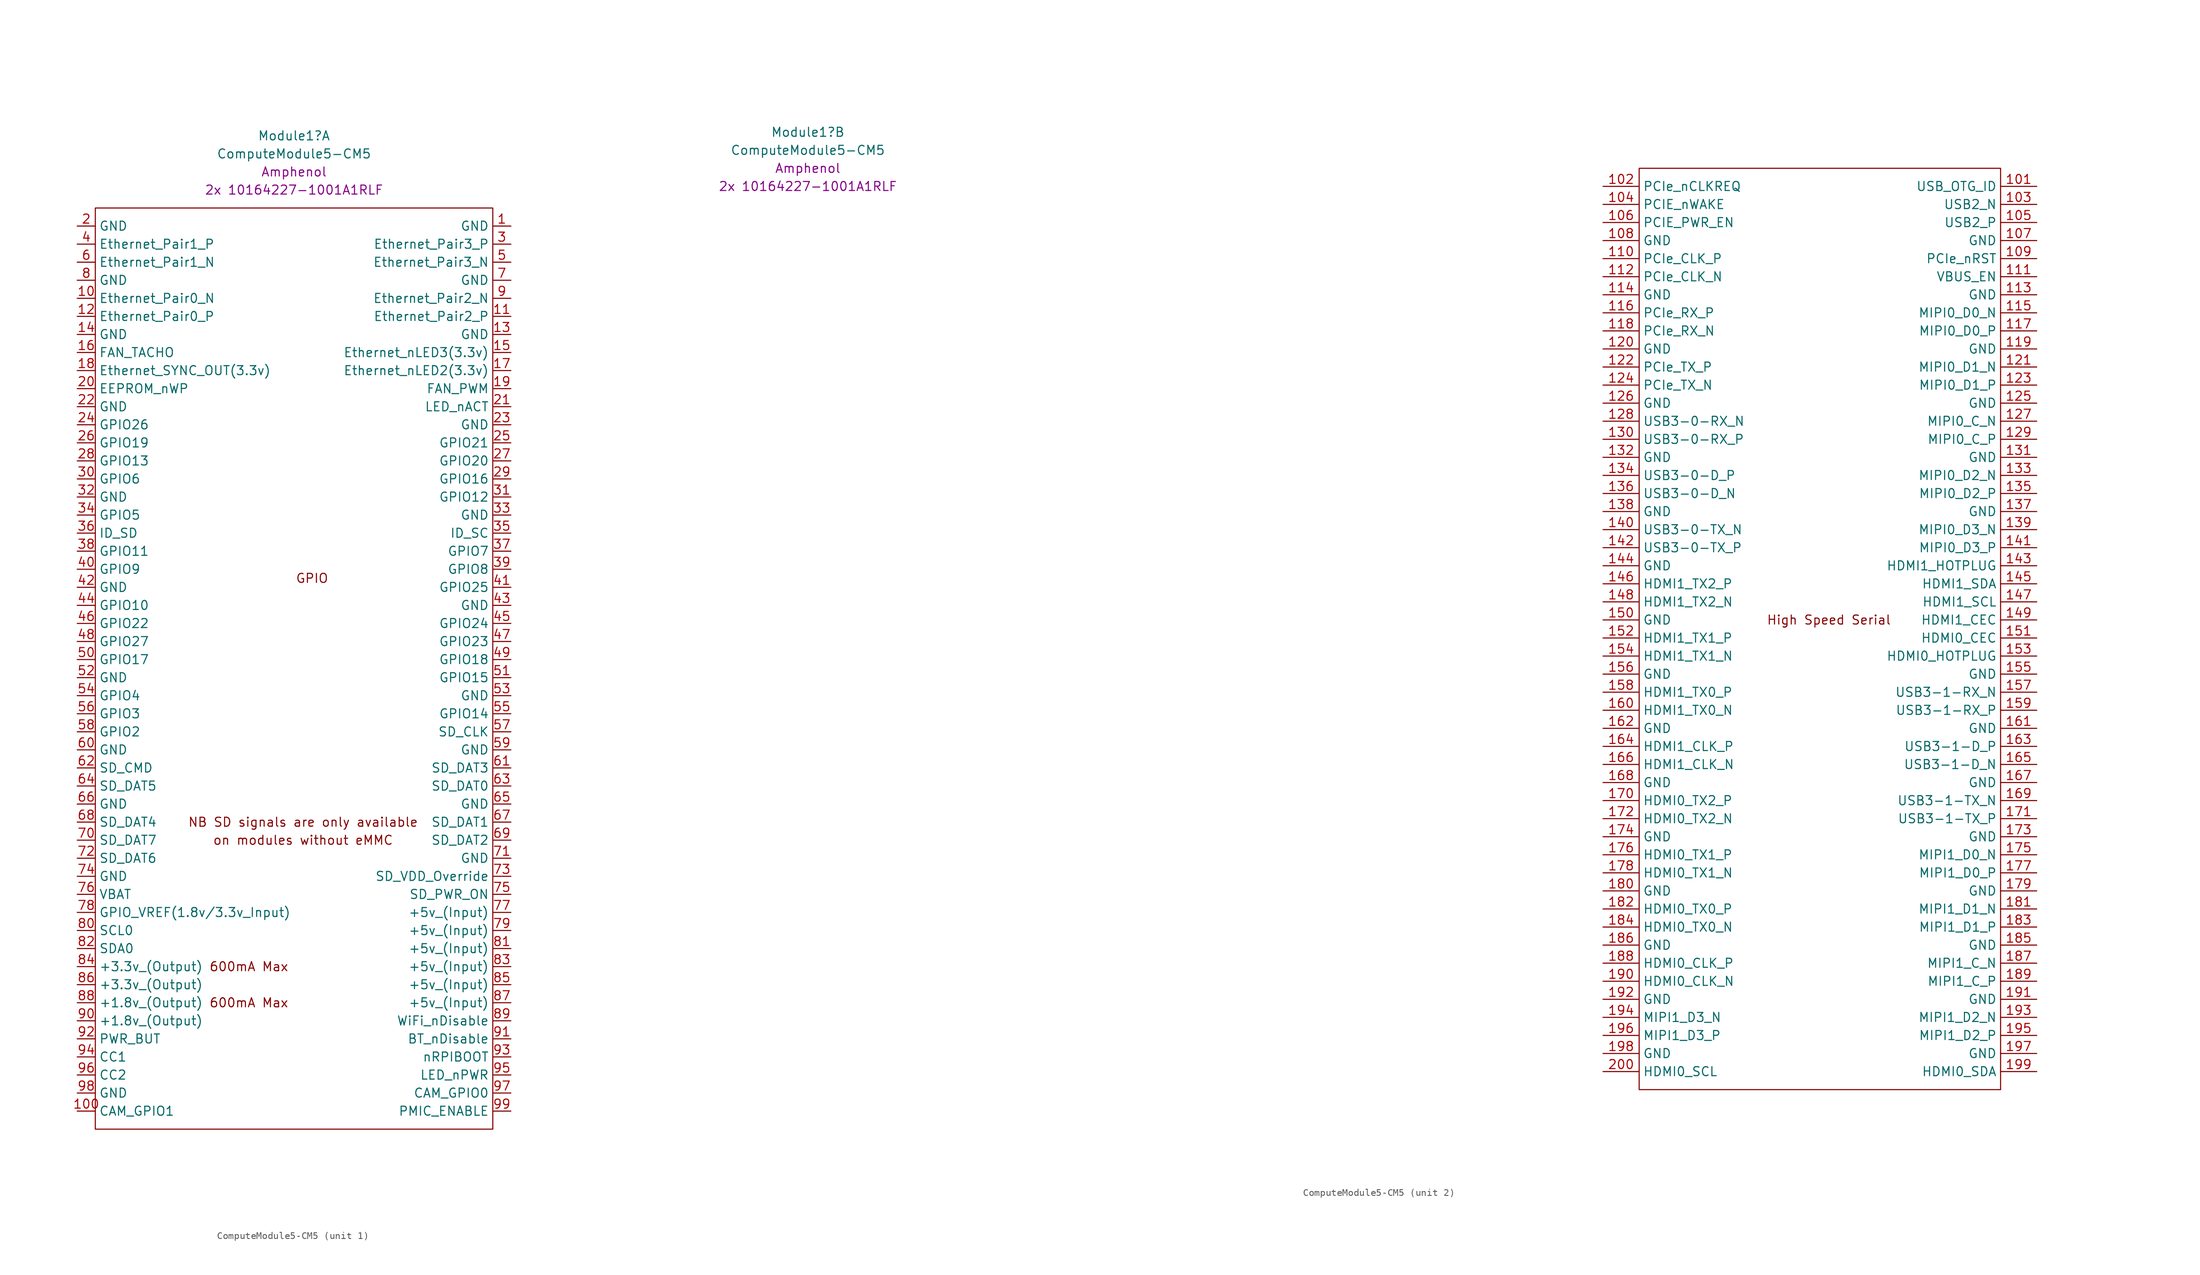
<source format=kicad_sym>
(kicad_symbol_lib
  (version 20241209)
  (generator "kicad_symbol_editor")
  (generator_version "9.0")
  (symbol "ComputeModule5-CM5"
    (property "Reference" "Module1"
      (at -2.54 68.58 0)
      (effects (font (size 1.27 1.27))))
    (property "Value" "ComputeModule5-CM5"
      (at -2.54 66.04 0)
      (effects (font (size 1.27 1.27))))
    (property "Field4" "Amphenol"
      (at -2.54 63.5 0)
      (effects (font (size 1.27 1.27))))
    (property "Field5" "2x 10164227-1001A1RLF"
      (at -2.54 60.96 0)
      (effects (font (size 1.27 1.27))))
    (property "ki_locked" ""
      (at 0 0 0)
      (effects (font (size 1.27 1.27))))
    (symbol "ComputeModule5-CM5_1_0"
      (text "GPIO" (at 0 6.35 0) (effects (font (size 1.27 1.27)))))
    (symbol "ComputeModule5-CM5_1_1"
      (rectangle (start -30.48 -71.12) (end 25.4 58.42) (stroke (width 0) (type default)) (fill (type none)))
      (text "600mA Max" (at -8.89 -48.26 0) (effects (font (size 1.27 1.27))))
      (text "600mA Max" (at -8.89 -53.34 0) (effects (font (size 1.27 1.27))))
      (text "NB SD signals are only available" (at -1.27 -27.94 0) (effects (font (size 1.27 1.27))))
      (text "on modules without eMMC" (at -1.27 -30.48 0) (effects (font (size 1.27 1.27))))
      (pin power_in line (at -33.02 55.88 0) (length 2.54) (name "GND" (effects (font (size 1.27 1.27)))) (number "2" (effects (font (size 1.27 1.27)))))
      (pin passive line (at -33.02 53.34 0) (length 2.54) (name "Ethernet_Pair1_P" (effects (font (size 1.27 1.27)))) (number "4" (effects (font (size 1.27 1.27)))))
      (pin passive line (at -33.02 50.8 0) (length 2.54) (name "Ethernet_Pair1_N" (effects (font (size 1.27 1.27)))) (number "6" (effects (font (size 1.27 1.27)))))
      (pin power_in line (at -33.02 48.26 0) (length 2.54) (name "GND" (effects (font (size 1.27 1.27)))) (number "8" (effects (font (size 1.27 1.27)))))
      (pin passive line (at -33.02 45.72 0) (length 2.54) (name "Ethernet_Pair0_N" (effects (font (size 1.27 1.27)))) (number "10" (effects (font (size 1.27 1.27)))))
      (pin passive line (at -33.02 43.18 0) (length 2.54) (name "Ethernet_Pair0_P" (effects (font (size 1.27 1.27)))) (number "12" (effects (font (size 1.27 1.27)))))
      (pin power_in line (at -33.02 40.64 0) (length 2.54) (name "GND" (effects (font (size 1.27 1.27)))) (number "14" (effects (font (size 1.27 1.27)))))
      (pin input line (at -33.02 38.1 0) (length 2.54) (name "FAN_TACHO" (effects (font (size 1.27 1.27)))) (number "16" (effects (font (size 1.27 1.27)))))
      (pin input line (at -33.02 35.56 0) (length 2.54) (name "Ethernet_SYNC_OUT(3.3v)" (effects (font (size 1.27 1.27)))) (number "18" (effects (font (size 1.27 1.27)))))
      (pin passive line (at -33.02 33.02 0) (length 2.54) (name "EEPROM_nWP" (effects (font (size 1.27 1.27)))) (number "20" (effects (font (size 1.27 1.27)))))
      (pin power_in line (at -33.02 30.48 0) (length 2.54) (name "GND" (effects (font (size 1.27 1.27)))) (number "22" (effects (font (size 1.27 1.27)))))
      (pin passive line (at -33.02 27.94 0) (length 2.54) (name "GPIO26" (effects (font (size 1.27 1.27)))) (number "24" (effects (font (size 1.27 1.27)))))
      (pin passive line (at -33.02 25.4 0) (length 2.54) (name "GPIO19" (effects (font (size 1.27 1.27)))) (number "26" (effects (font (size 1.27 1.27)))))
      (pin passive line (at -33.02 22.86 0) (length 2.54) (name "GPIO13" (effects (font (size 1.27 1.27)))) (number "28" (effects (font (size 1.27 1.27)))))
      (pin passive line (at -33.02 20.32 0) (length 2.54) (name "GPIO6" (effects (font (size 1.27 1.27)))) (number "30" (effects (font (size 1.27 1.27)))))
      (pin power_in line (at -33.02 17.78 0) (length 2.54) (name "GND" (effects (font (size 1.27 1.27)))) (number "32" (effects (font (size 1.27 1.27)))))
      (pin passive line (at -33.02 15.24 0) (length 2.54) (name "GPIO5" (effects (font (size 1.27 1.27)))) (number "34" (effects (font (size 1.27 1.27)))))
      (pin passive line (at -33.02 12.7 0) (length 2.54) (name "ID_SD" (effects (font (size 1.27 1.27)))) (number "36" (effects (font (size 1.27 1.27)))))
      (pin passive line (at -33.02 10.16 0) (length 2.54) (name "GPIO11" (effects (font (size 1.27 1.27)))) (number "38" (effects (font (size 1.27 1.27)))))
      (pin passive line (at -33.02 7.62 0) (length 2.54) (name "GPIO9" (effects (font (size 1.27 1.27)))) (number "40" (effects (font (size 1.27 1.27)))))
      (pin power_in line (at -33.02 5.08 0) (length 2.54) (name "GND" (effects (font (size 1.27 1.27)))) (number "42" (effects (font (size 1.27 1.27)))))
      (pin passive line (at -33.02 2.54 0) (length 2.54) (name "GPIO10" (effects (font (size 1.27 1.27)))) (number "44" (effects (font (size 1.27 1.27)))))
      (pin passive line (at -33.02 0 0) (length 2.54) (name "GPIO22" (effects (font (size 1.27 1.27)))) (number "46" (effects (font (size 1.27 1.27)))))
      (pin passive line (at -33.02 -2.54 0) (length 2.54) (name "GPIO27" (effects (font (size 1.27 1.27)))) (number "48" (effects (font (size 1.27 1.27)))))
      (pin passive line (at -33.02 -5.08 0) (length 2.54) (name "GPIO17" (effects (font (size 1.27 1.27)))) (number "50" (effects (font (size 1.27 1.27)))))
      (pin power_in line (at -33.02 -7.62 0) (length 2.54) (name "GND" (effects (font (size 1.27 1.27)))) (number "52" (effects (font (size 1.27 1.27)))))
      (pin passive line (at -33.02 -10.16 0) (length 2.54) (name "GPIO4" (effects (font (size 1.27 1.27)))) (number "54" (effects (font (size 1.27 1.27)))))
      (pin passive line (at -33.02 -12.7 0) (length 2.54) (name "GPIO3" (effects (font (size 1.27 1.27)))) (number "56" (effects (font (size 1.27 1.27)))))
      (pin passive line (at -33.02 -15.24 0) (length 2.54) (name "GPIO2" (effects (font (size 1.27 1.27)))) (number "58" (effects (font (size 1.27 1.27)))))
      (pin power_in line (at -33.02 -17.78 0) (length 2.54) (name "GND" (effects (font (size 1.27 1.27)))) (number "60" (effects (font (size 1.27 1.27)))))
      (pin passive line (at -33.02 -20.32 0) (length 2.54) (name "SD_CMD" (effects (font (size 1.27 1.27)))) (number "62" (effects (font (size 1.27 1.27)))))
      (pin passive line (at -33.02 -22.86 0) (length 2.54) (name "SD_DAT5" (effects (font (size 1.27 1.27)))) (number "64" (effects (font (size 1.27 1.27)))))
      (pin power_in line (at -33.02 -25.4 0) (length 2.54) (name "GND" (effects (font (size 1.27 1.27)))) (number "66" (effects (font (size 1.27 1.27)))))
      (pin passive line (at -33.02 -27.94 0) (length 2.54) (name "SD_DAT4" (effects (font (size 1.27 1.27)))) (number "68" (effects (font (size 1.27 1.27)))))
      (pin passive line (at -33.02 -30.48 0) (length 2.54) (name "SD_DAT7" (effects (font (size 1.27 1.27)))) (number "70" (effects (font (size 1.27 1.27)))))
      (pin passive line (at -33.02 -33.02 0) (length 2.54) (name "SD_DAT6" (effects (font (size 1.27 1.27)))) (number "72" (effects (font (size 1.27 1.27)))))
      (pin power_in line (at -33.02 -35.56 0) (length 2.54) (name "GND" (effects (font (size 1.27 1.27)))) (number "74" (effects (font (size 1.27 1.27)))))
      (pin passive line (at -33.02 -38.1 0) (length 2.54) (name "VBAT" (effects (font (size 1.27 1.27)))) (number "76" (effects (font (size 1.27 1.27)))))
      (pin power_in line (at -33.02 -40.64 0) (length 2.54) (name "GPIO_VREF(1.8v/3.3v_Input)" (effects (font (size 1.27 1.27)))) (number "78" (effects (font (size 1.27 1.27)))))
      (pin passive line (at -33.02 -43.18 0) (length 2.54) (name "SCL0" (effects (font (size 1.27 1.27)))) (number "80" (effects (font (size 1.27 1.27)))))
      (pin passive line (at -33.02 -45.72 0) (length 2.54) (name "SDA0" (effects (font (size 1.27 1.27)))) (number "82" (effects (font (size 1.27 1.27)))))
      (pin power_out line (at -33.02 -48.26 0) (length 2.54) (name "+3.3v_(Output)" (effects (font (size 1.27 1.27)))) (number "84" (effects (font (size 1.27 1.27)))))
      (pin passive line (at -33.02 -50.8 0) (length 2.54) (name "+3.3v_(Output)" (effects (font (size 1.27 1.27)))) (number "86" (effects (font (size 1.27 1.27)))))
      (pin power_out line (at -33.02 -53.34 0) (length 2.54) (name "+1.8v_(Output)" (effects (font (size 1.27 1.27)))) (number "88" (effects (font (size 1.27 1.27)))))
      (pin passive line (at -33.02 -55.88 0) (length 2.54) (name "+1.8v_(Output)" (effects (font (size 1.27 1.27)))) (number "90" (effects (font (size 1.27 1.27)))))
      (pin passive line (at -33.02 -58.42 0) (length 2.54) (name "PWR_BUT" (effects (font (size 1.27 1.27)))) (number "92" (effects (font (size 1.27 1.27)))))
      (pin passive line (at -33.02 -60.96 0) (length 2.54) (name "CC1" (effects (font (size 1.27 1.27)))) (number "94" (effects (font (size 1.27 1.27)))))
      (pin passive line (at -33.02 -63.5 0) (length 2.54) (name "CC2" (effects (font (size 1.27 1.27)))) (number "96" (effects (font (size 1.27 1.27)))))
      (pin power_in line (at -33.02 -66.04 0) (length 2.54) (name "GND" (effects (font (size 1.27 1.27)))) (number "98" (effects (font (size 1.27 1.27)))))
      (pin passive line (at -33.02 -68.58 0) (length 2.54) (name "CAM_GPIO1" (effects (font (size 1.27 1.27)))) (number "100" (effects (font (size 1.27 1.27)))))
      (pin power_in line (at 27.94 55.88 180) (length 2.54) (name "GND" (effects (font (size 1.27 1.27)))) (number "1" (effects (font (size 1.27 1.27)))))
      (pin passive line (at 27.94 53.34 180) (length 2.54) (name "Ethernet_Pair3_P" (effects (font (size 1.27 1.27)))) (number "3" (effects (font (size 1.27 1.27)))))
      (pin passive line (at 27.94 50.8 180) (length 2.54) (name "Ethernet_Pair3_N" (effects (font (size 1.27 1.27)))) (number "5" (effects (font (size 1.27 1.27)))))
      (pin power_in line (at 27.94 48.26 180) (length 2.54) (name "GND" (effects (font (size 1.27 1.27)))) (number "7" (effects (font (size 1.27 1.27)))))
      (pin passive line (at 27.94 45.72 180) (length 2.54) (name "Ethernet_Pair2_N" (effects (font (size 1.27 1.27)))) (number "9" (effects (font (size 1.27 1.27)))))
      (pin passive line (at 27.94 43.18 180) (length 2.54) (name "Ethernet_Pair2_P" (effects (font (size 1.27 1.27)))) (number "11" (effects (font (size 1.27 1.27)))))
      (pin power_in line (at 27.94 40.64 180) (length 2.54) (name "GND" (effects (font (size 1.27 1.27)))) (number "13" (effects (font (size 1.27 1.27)))))
      (pin output line (at 27.94 38.1 180) (length 2.54) (name "Ethernet_nLED3(3.3v)" (effects (font (size 1.27 1.27)))) (number "15" (effects (font (size 1.27 1.27)))))
      (pin output line (at 27.94 35.56 180) (length 2.54) (name "Ethernet_nLED2(3.3v)" (effects (font (size 1.27 1.27)))) (number "17" (effects (font (size 1.27 1.27)))))
      (pin output line (at 27.94 33.02 180) (length 2.54) (name "FAN_PWM" (effects (font (size 1.27 1.27)))) (number "19" (effects (font (size 1.27 1.27)))))
      (pin open_collector line (at 27.94 30.48 180) (length 2.54) (name "LED_nACT" (effects (font (size 1.27 1.27)))) (number "21" (effects (font (size 1.27 1.27)))))
      (pin power_in line (at 27.94 27.94 180) (length 2.54) (name "GND" (effects (font (size 1.27 1.27)))) (number "23" (effects (font (size 1.27 1.27)))))
      (pin passive line (at 27.94 25.4 180) (length 2.54) (name "GPIO21" (effects (font (size 1.27 1.27)))) (number "25" (effects (font (size 1.27 1.27)))))
      (pin passive line (at 27.94 22.86 180) (length 2.54) (name "GPIO20" (effects (font (size 1.27 1.27)))) (number "27" (effects (font (size 1.27 1.27)))))
      (pin passive line (at 27.94 20.32 180) (length 2.54) (name "GPIO16" (effects (font (size 1.27 1.27)))) (number "29" (effects (font (size 1.27 1.27)))))
      (pin passive line (at 27.94 17.78 180) (length 2.54) (name "GPIO12" (effects (font (size 1.27 1.27)))) (number "31" (effects (font (size 1.27 1.27)))))
      (pin power_in line (at 27.94 15.24 180) (length 2.54) (name "GND" (effects (font (size 1.27 1.27)))) (number "33" (effects (font (size 1.27 1.27)))))
      (pin passive line (at 27.94 12.7 180) (length 2.54) (name "ID_SC" (effects (font (size 1.27 1.27)))) (number "35" (effects (font (size 1.27 1.27)))))
      (pin passive line (at 27.94 10.16 180) (length 2.54) (name "GPIO7" (effects (font (size 1.27 1.27)))) (number "37" (effects (font (size 1.27 1.27)))))
      (pin passive line (at 27.94 7.62 180) (length 2.54) (name "GPIO8" (effects (font (size 1.27 1.27)))) (number "39" (effects (font (size 1.27 1.27)))))
      (pin passive line (at 27.94 5.08 180) (length 2.54) (name "GPIO25" (effects (font (size 1.27 1.27)))) (number "41" (effects (font (size 1.27 1.27)))))
      (pin power_in line (at 27.94 2.54 180) (length 2.54) (name "GND" (effects (font (size 1.27 1.27)))) (number "43" (effects (font (size 1.27 1.27)))))
      (pin passive line (at 27.94 0 180) (length 2.54) (name "GPIO24" (effects (font (size 1.27 1.27)))) (number "45" (effects (font (size 1.27 1.27)))))
      (pin passive line (at 27.94 -2.54 180) (length 2.54) (name "GPIO23" (effects (font (size 1.27 1.27)))) (number "47" (effects (font (size 1.27 1.27)))))
      (pin passive line (at 27.94 -5.08 180) (length 2.54) (name "GPIO18" (effects (font (size 1.27 1.27)))) (number "49" (effects (font (size 1.27 1.27)))))
      (pin passive line (at 27.94 -7.62 180) (length 2.54) (name "GPIO15" (effects (font (size 1.27 1.27)))) (number "51" (effects (font (size 1.27 1.27)))))
      (pin power_in line (at 27.94 -10.16 180) (length 2.54) (name "GND" (effects (font (size 1.27 1.27)))) (number "53" (effects (font (size 1.27 1.27)))))
      (pin passive line (at 27.94 -12.7 180) (length 2.54) (name "GPIO14" (effects (font (size 1.27 1.27)))) (number "55" (effects (font (size 1.27 1.27)))))
      (pin passive line (at 27.94 -15.24 180) (length 2.54) (name "SD_CLK" (effects (font (size 1.27 1.27)))) (number "57" (effects (font (size 1.27 1.27)))))
      (pin power_in line (at 27.94 -17.78 180) (length 2.54) (name "GND" (effects (font (size 1.27 1.27)))) (number "59" (effects (font (size 1.27 1.27)))))
      (pin passive line (at 27.94 -20.32 180) (length 2.54) (name "SD_DAT3" (effects (font (size 1.27 1.27)))) (number "61" (effects (font (size 1.27 1.27)))))
      (pin passive line (at 27.94 -22.86 180) (length 2.54) (name "SD_DAT0" (effects (font (size 1.27 1.27)))) (number "63" (effects (font (size 1.27 1.27)))))
      (pin power_in line (at 27.94 -25.4 180) (length 2.54) (name "GND" (effects (font (size 1.27 1.27)))) (number "65" (effects (font (size 1.27 1.27)))))
      (pin passive line (at 27.94 -27.94 180) (length 2.54) (name "SD_DAT1" (effects (font (size 1.27 1.27)))) (number "67" (effects (font (size 1.27 1.27)))))
      (pin passive line (at 27.94 -30.48 180) (length 2.54) (name "SD_DAT2" (effects (font (size 1.27 1.27)))) (number "69" (effects (font (size 1.27 1.27)))))
      (pin power_in line (at 27.94 -33.02 180) (length 2.54) (name "GND" (effects (font (size 1.27 1.27)))) (number "71" (effects (font (size 1.27 1.27)))))
      (pin input line (at 27.94 -35.56 180) (length 2.54) (name "SD_VDD_Override" (effects (font (size 1.27 1.27)))) (number "73" (effects (font (size 1.27 1.27)))))
      (pin output line (at 27.94 -38.1 180) (length 2.54) (name "SD_PWR_ON" (effects (font (size 1.27 1.27)))) (number "75" (effects (font (size 1.27 1.27)))))
      (pin power_in line (at 27.94 -40.64 180) (length 2.54) (name "+5v_(Input)" (effects (font (size 1.27 1.27)))) (number "77" (effects (font (size 1.27 1.27)))))
      (pin power_in line (at 27.94 -43.18 180) (length 2.54) (name "+5v_(Input)" (effects (font (size 1.27 1.27)))) (number "79" (effects (font (size 1.27 1.27)))))
      (pin power_in line (at 27.94 -45.72 180) (length 2.54) (name "+5v_(Input)" (effects (font (size 1.27 1.27)))) (number "81" (effects (font (size 1.27 1.27)))))
      (pin power_in line (at 27.94 -48.26 180) (length 2.54) (name "+5v_(Input)" (effects (font (size 1.27 1.27)))) (number "83" (effects (font (size 1.27 1.27)))))
      (pin power_in line (at 27.94 -50.8 180) (length 2.54) (name "+5v_(Input)" (effects (font (size 1.27 1.27)))) (number "85" (effects (font (size 1.27 1.27)))))
      (pin power_in line (at 27.94 -53.34 180) (length 2.54) (name "+5v_(Input)" (effects (font (size 1.27 1.27)))) (number "87" (effects (font (size 1.27 1.27)))))
      (pin input line (at 27.94 -55.88 180) (length 2.54) (name "WiFi_nDisable" (effects (font (size 1.27 1.27)))) (number "89" (effects (font (size 1.27 1.27)))))
      (pin input line (at 27.94 -58.42 180) (length 2.54) (name "BT_nDisable" (effects (font (size 1.27 1.27)))) (number "91" (effects (font (size 1.27 1.27)))))
      (pin input line (at 27.94 -60.96 180) (length 2.54) (name "nRPIBOOT" (effects (font (size 1.27 1.27)))) (number "93" (effects (font (size 1.27 1.27)))))
      (pin output line (at 27.94 -63.5 180) (length 2.54) (name "LED_nPWR" (effects (font (size 1.27 1.27)))) (number "95" (effects (font (size 1.27 1.27)))))
      (pin passive line (at 27.94 -66.04 180) (length 2.54) (name "CAM_GPIO0" (effects (font (size 1.27 1.27)))) (number "97" (effects (font (size 1.27 1.27)))))
      (pin input line (at 27.94 -68.58 180) (length 2.54) (name "PMIC_ENABLE" (effects (font (size 1.27 1.27)))) (number "99" (effects (font (size 1.27 1.27))))))
    (symbol "ComputeModule5-CM5_2_1"
      (rectangle (start 114.3 -66.04) (end 165.1 63.5) (stroke (width 0) (type default)) (fill (type none)))
      (text "High Speed Serial" (at 140.97 0 0) (effects (font (size 1.27 1.27))))
      (pin input line (at 109.22 60.96 0) (length 5.08) (name "PCIe_nCLKREQ" (effects (font (size 1.27 1.27)))) (number "102" (effects (font (size 1.27 1.27)))))
      (pin input line (at 109.22 58.42 0) (length 5.08) (name "PCIE_nWAKE" (effects (font (size 1.27 1.27)))) (number "104" (effects (font (size 1.27 1.27)))))
      (pin output line (at 109.22 55.88 0) (length 5.08) (name "PCIE_PWR_EN" (effects (font (size 1.27 1.27)))) (number "106" (effects (font (size 1.27 1.27)))))
      (pin power_in line (at 109.22 53.34 0) (length 5.08) (name "GND" (effects (font (size 1.27 1.27)))) (number "108" (effects (font (size 1.27 1.27)))))
      (pin output line (at 109.22 50.8 0) (length 5.08) (name "PCIe_CLK_P" (effects (font (size 1.27 1.27)))) (number "110" (effects (font (size 1.27 1.27)))))
      (pin output line (at 109.22 48.26 0) (length 5.08) (name "PCIe_CLK_N" (effects (font (size 1.27 1.27)))) (number "112" (effects (font (size 1.27 1.27)))))
      (pin power_in line (at 109.22 45.72 0) (length 5.08) (name "GND" (effects (font (size 1.27 1.27)))) (number "114" (effects (font (size 1.27 1.27)))))
      (pin input line (at 109.22 43.18 0) (length 5.08) (name "PCIe_RX_P" (effects (font (size 1.27 1.27)))) (number "116" (effects (font (size 1.27 1.27)))))
      (pin input line (at 109.22 40.64 0) (length 5.08) (name "PCIe_RX_N" (effects (font (size 1.27 1.27)))) (number "118" (effects (font (size 1.27 1.27)))))
      (pin power_in line (at 109.22 38.1 0) (length 5.08) (name "GND" (effects (font (size 1.27 1.27)))) (number "120" (effects (font (size 1.27 1.27)))))
      (pin output line (at 109.22 35.56 0) (length 5.08) (name "PCIe_TX_P" (effects (font (size 1.27 1.27)))) (number "122" (effects (font (size 1.27 1.27)))))
      (pin output line (at 109.22 33.02 0) (length 5.08) (name "PCIe_TX_N" (effects (font (size 1.27 1.27)))) (number "124" (effects (font (size 1.27 1.27)))))
      (pin power_in line (at 109.22 30.48 0) (length 5.08) (name "GND" (effects (font (size 1.27 1.27)))) (number "126" (effects (font (size 1.27 1.27)))))
      (pin input line (at 109.22 27.94 0) (length 5.08) (name "USB3-0-RX_N" (effects (font (size 1.27 1.27)))) (number "128" (effects (font (size 1.27 1.27)))))
      (pin input line (at 109.22 25.4 0) (length 5.08) (name "USB3-0-RX_P" (effects (font (size 1.27 1.27)))) (number "130" (effects (font (size 1.27 1.27)))))
      (pin power_in line (at 109.22 22.86 0) (length 5.08) (name "GND" (effects (font (size 1.27 1.27)))) (number "132" (effects (font (size 1.27 1.27)))))
      (pin passive line (at 109.22 20.32 0) (length 5.08) (name "USB3-0-D_P" (effects (font (size 1.27 1.27)))) (number "134" (effects (font (size 1.27 1.27)))))
      (pin passive line (at 109.22 17.78 0) (length 5.08) (name "USB3-0-D_N" (effects (font (size 1.27 1.27)))) (number "136" (effects (font (size 1.27 1.27)))))
      (pin power_in line (at 109.22 15.24 0) (length 5.08) (name "GND" (effects (font (size 1.27 1.27)))) (number "138" (effects (font (size 1.27 1.27)))))
      (pin output line (at 109.22 12.7 0) (length 5.08) (name "USB3-0-TX_N" (effects (font (size 1.27 1.27)))) (number "140" (effects (font (size 1.27 1.27)))))
      (pin output line (at 109.22 10.16 0) (length 5.08) (name "USB3-0-TX_P" (effects (font (size 1.27 1.27)))) (number "142" (effects (font (size 1.27 1.27)))))
      (pin power_in line (at 109.22 7.62 0) (length 5.08) (name "GND" (effects (font (size 1.27 1.27)))) (number "144" (effects (font (size 1.27 1.27)))))
      (pin output line (at 109.22 5.08 0) (length 5.08) (name "HDMI1_TX2_P" (effects (font (size 1.27 1.27)))) (number "146" (effects (font (size 1.27 1.27)))))
      (pin output line (at 109.22 2.54 0) (length 5.08) (name "HDMI1_TX2_N" (effects (font (size 1.27 1.27)))) (number "148" (effects (font (size 1.27 1.27)))))
      (pin power_in line (at 109.22 0 0) (length 5.08) (name "GND" (effects (font (size 1.27 1.27)))) (number "150" (effects (font (size 1.27 1.27)))))
      (pin output line (at 109.22 -2.54 0) (length 5.08) (name "HDMI1_TX1_P" (effects (font (size 1.27 1.27)))) (number "152" (effects (font (size 1.27 1.27)))))
      (pin output line (at 109.22 -5.08 0) (length 5.08) (name "HDMI1_TX1_N" (effects (font (size 1.27 1.27)))) (number "154" (effects (font (size 1.27 1.27)))))
      (pin power_in line (at 109.22 -7.62 0) (length 5.08) (name "GND" (effects (font (size 1.27 1.27)))) (number "156" (effects (font (size 1.27 1.27)))))
      (pin output line (at 109.22 -10.16 0) (length 5.08) (name "HDMI1_TX0_P" (effects (font (size 1.27 1.27)))) (number "158" (effects (font (size 1.27 1.27)))))
      (pin output line (at 109.22 -12.7 0) (length 5.08) (name "HDMI1_TX0_N" (effects (font (size 1.27 1.27)))) (number "160" (effects (font (size 1.27 1.27)))))
      (pin power_in line (at 109.22 -15.24 0) (length 5.08) (name "GND" (effects (font (size 1.27 1.27)))) (number "162" (effects (font (size 1.27 1.27)))))
      (pin output line (at 109.22 -17.78 0) (length 5.08) (name "HDMI1_CLK_P" (effects (font (size 1.27 1.27)))) (number "164" (effects (font (size 1.27 1.27)))))
      (pin output line (at 109.22 -20.32 0) (length 5.08) (name "HDMI1_CLK_N" (effects (font (size 1.27 1.27)))) (number "166" (effects (font (size 1.27 1.27)))))
      (pin power_in line (at 109.22 -22.86 0) (length 5.08) (name "GND" (effects (font (size 1.27 1.27)))) (number "168" (effects (font (size 1.27 1.27)))))
      (pin output line (at 109.22 -25.4 0) (length 5.08) (name "HDMI0_TX2_P" (effects (font (size 1.27 1.27)))) (number "170" (effects (font (size 1.27 1.27)))))
      (pin output line (at 109.22 -27.94 0) (length 5.08) (name "HDMI0_TX2_N" (effects (font (size 1.27 1.27)))) (number "172" (effects (font (size 1.27 1.27)))))
      (pin power_in line (at 109.22 -30.48 0) (length 5.08) (name "GND" (effects (font (size 1.27 1.27)))) (number "174" (effects (font (size 1.27 1.27)))))
      (pin output line (at 109.22 -33.02 0) (length 5.08) (name "HDMI0_TX1_P" (effects (font (size 1.27 1.27)))) (number "176" (effects (font (size 1.27 1.27)))))
      (pin output line (at 109.22 -35.56 0) (length 5.08) (name "HDMI0_TX1_N" (effects (font (size 1.27 1.27)))) (number "178" (effects (font (size 1.27 1.27)))))
      (pin power_in line (at 109.22 -38.1 0) (length 5.08) (name "GND" (effects (font (size 1.27 1.27)))) (number "180" (effects (font (size 1.27 1.27)))))
      (pin output line (at 109.22 -40.64 0) (length 5.08) (name "HDMI0_TX0_P" (effects (font (size 1.27 1.27)))) (number "182" (effects (font (size 1.27 1.27)))))
      (pin output line (at 109.22 -43.18 0) (length 5.08) (name "HDMI0_TX0_N" (effects (font (size 1.27 1.27)))) (number "184" (effects (font (size 1.27 1.27)))))
      (pin power_in line (at 109.22 -45.72 0) (length 5.08) (name "GND" (effects (font (size 1.27 1.27)))) (number "186" (effects (font (size 1.27 1.27)))))
      (pin output line (at 109.22 -48.26 0) (length 5.08) (name "HDMI0_CLK_P" (effects (font (size 1.27 1.27)))) (number "188" (effects (font (size 1.27 1.27)))))
      (pin output line (at 109.22 -50.8 0) (length 5.08) (name "HDMI0_CLK_N" (effects (font (size 1.27 1.27)))) (number "190" (effects (font (size 1.27 1.27)))))
      (pin power_in line (at 109.22 -53.34 0) (length 5.08) (name "GND" (effects (font (size 1.27 1.27)))) (number "192" (effects (font (size 1.27 1.27)))))
      (pin output line (at 109.22 -55.88 0) (length 5.08) (name "MIPI1_D3_N" (effects (font (size 1.27 1.27)))) (number "194" (effects (font (size 1.27 1.27)))))
      (pin output line (at 109.22 -58.42 0) (length 5.08) (name "MIPI1_D3_P" (effects (font (size 1.27 1.27)))) (number "196" (effects (font (size 1.27 1.27)))))
      (pin power_in line (at 109.22 -60.96 0) (length 5.08) (name "GND" (effects (font (size 1.27 1.27)))) (number "198" (effects (font (size 1.27 1.27)))))
      (pin open_collector line (at 109.22 -63.5 0) (length 5.08) (name "HDMI0_SCL" (effects (font (size 1.27 1.27)))) (number "200" (effects (font (size 1.27 1.27)))))
      (pin input line (at 170.18 60.96 180) (length 5.08) (name "USB_OTG_ID" (effects (font (size 1.27 1.27)))) (number "101" (effects (font (size 1.27 1.27)))))
      (pin passive line (at 170.18 58.42 180) (length 5.08) (name "USB2_N" (effects (font (size 1.27 1.27)))) (number "103" (effects (font (size 1.27 1.27)))))
      (pin passive line (at 170.18 55.88 180) (length 5.08) (name "USB2_P" (effects (font (size 1.27 1.27)))) (number "105" (effects (font (size 1.27 1.27)))))
      (pin power_in line (at 170.18 53.34 180) (length 5.08) (name "GND" (effects (font (size 1.27 1.27)))) (number "107" (effects (font (size 1.27 1.27)))))
      (pin output line (at 170.18 50.8 180) (length 5.08) (name "PCIe_nRST" (effects (font (size 1.27 1.27)))) (number "109" (effects (font (size 1.27 1.27)))))
      (pin output line (at 170.18 48.26 180) (length 5.08) (name "VBUS_EN" (effects (font (size 1.27 1.27)))) (number "111" (effects (font (size 1.27 1.27)))))
      (pin power_in line (at 170.18 45.72 180) (length 5.08) (name "GND" (effects (font (size 1.27 1.27)))) (number "113" (effects (font (size 1.27 1.27)))))
      (pin input line (at 170.18 43.18 180) (length 5.08) (name "MIPI0_D0_N" (effects (font (size 1.27 1.27)))) (number "115" (effects (font (size 1.27 1.27)))))
      (pin input line (at 170.18 40.64 180) (length 5.08) (name "MIPI0_D0_P" (effects (font (size 1.27 1.27)))) (number "117" (effects (font (size 1.27 1.27)))))
      (pin power_in line (at 170.18 38.1 180) (length 5.08) (name "GND" (effects (font (size 1.27 1.27)))) (number "119" (effects (font (size 1.27 1.27)))))
      (pin input line (at 170.18 35.56 180) (length 5.08) (name "MIPI0_D1_N" (effects (font (size 1.27 1.27)))) (number "121" (effects (font (size 1.27 1.27)))))
      (pin input line (at 170.18 33.02 180) (length 5.08) (name "MIPI0_D1_P" (effects (font (size 1.27 1.27)))) (number "123" (effects (font (size 1.27 1.27)))))
      (pin power_in line (at 170.18 30.48 180) (length 5.08) (name "GND" (effects (font (size 1.27 1.27)))) (number "125" (effects (font (size 1.27 1.27)))))
      (pin input line (at 170.18 27.94 180) (length 5.08) (name "MIPI0_C_N" (effects (font (size 1.27 1.27)))) (number "127" (effects (font (size 1.27 1.27)))))
      (pin input line (at 170.18 25.4 180) (length 5.08) (name "MIPI0_C_P" (effects (font (size 1.27 1.27)))) (number "129" (effects (font (size 1.27 1.27)))))
      (pin power_in line (at 170.18 22.86 180) (length 5.08) (name "GND" (effects (font (size 1.27 1.27)))) (number "131" (effects (font (size 1.27 1.27)))))
      (pin input line (at 170.18 20.32 180) (length 5.08) (name "MIPI0_D2_N" (effects (font (size 1.27 1.27)))) (number "133" (effects (font (size 1.27 1.27)))))
      (pin input line (at 170.18 17.78 180) (length 5.08) (name "MIPI0_D2_P" (effects (font (size 1.27 1.27)))) (number "135" (effects (font (size 1.27 1.27)))))
      (pin power_in line (at 170.18 15.24 180) (length 5.08) (name "GND" (effects (font (size 1.27 1.27)))) (number "137" (effects (font (size 1.27 1.27)))))
      (pin input line (at 170.18 12.7 180) (length 5.08) (name "MIPI0_D3_N" (effects (font (size 1.27 1.27)))) (number "139" (effects (font (size 1.27 1.27)))))
      (pin input line (at 170.18 10.16 180) (length 5.08) (name "MIPI0_D3_P" (effects (font (size 1.27 1.27)))) (number "141" (effects (font (size 1.27 1.27)))))
      (pin input line (at 170.18 7.62 180) (length 5.08) (name "HDMI1_HOTPLUG" (effects (font (size 1.27 1.27)))) (number "143" (effects (font (size 1.27 1.27)))))
      (pin bidirectional line (at 170.18 5.08 180) (length 5.08) (name "HDMI1_SDA" (effects (font (size 1.27 1.27)))) (number "145" (effects (font (size 1.27 1.27)))))
      (pin open_collector line (at 170.18 2.54 180) (length 5.08) (name "HDMI1_SCL" (effects (font (size 1.27 1.27)))) (number "147" (effects (font (size 1.27 1.27)))))
      (pin open_collector line (at 170.18 0 180) (length 5.08) (name "HDMI1_CEC" (effects (font (size 1.27 1.27)))) (number "149" (effects (font (size 1.27 1.27)))))
      (pin open_collector line (at 170.18 -2.54 180) (length 5.08) (name "HDMI0_CEC" (effects (font (size 1.27 1.27)))) (number "151" (effects (font (size 1.27 1.27)))))
      (pin input line (at 170.18 -5.08 180) (length 5.08) (name "HDMI0_HOTPLUG" (effects (font (size 1.27 1.27)))) (number "153" (effects (font (size 1.27 1.27)))))
      (pin power_in line (at 170.18 -7.62 180) (length 5.08) (name "GND" (effects (font (size 1.27 1.27)))) (number "155" (effects (font (size 1.27 1.27)))))
      (pin input line (at 170.18 -10.16 180) (length 5.08) (name "USB3-1-RX_N" (effects (font (size 1.27 1.27)))) (number "157" (effects (font (size 1.27 1.27)))))
      (pin input line (at 170.18 -12.7 180) (length 5.08) (name "USB3-1-RX_P" (effects (font (size 1.27 1.27)))) (number "159" (effects (font (size 1.27 1.27)))))
      (pin power_in line (at 170.18 -15.24 180) (length 5.08) (name "GND" (effects (font (size 1.27 1.27)))) (number "161" (effects (font (size 1.27 1.27)))))
      (pin passive line (at 170.18 -17.78 180) (length 5.08) (name "USB3-1-D_P" (effects (font (size 1.27 1.27)))) (number "163" (effects (font (size 1.27 1.27)))))
      (pin passive line (at 170.18 -20.32 180) (length 5.08) (name "USB3-1-D_N" (effects (font (size 1.27 1.27)))) (number "165" (effects (font (size 1.27 1.27)))))
      (pin power_in line (at 170.18 -22.86 180) (length 5.08) (name "GND" (effects (font (size 1.27 1.27)))) (number "167" (effects (font (size 1.27 1.27)))))
      (pin output line (at 170.18 -25.4 180) (length 5.08) (name "USB3-1-TX_N" (effects (font (size 1.27 1.27)))) (number "169" (effects (font (size 1.27 1.27)))))
      (pin output line (at 170.18 -27.94 180) (length 5.08) (name "USB3-1-TX_P" (effects (font (size 1.27 1.27)))) (number "171" (effects (font (size 1.27 1.27)))))
      (pin power_in line (at 170.18 -30.48 180) (length 5.08) (name "GND" (effects (font (size 1.27 1.27)))) (number "173" (effects (font (size 1.27 1.27)))))
      (pin output line (at 170.18 -33.02 180) (length 5.08) (name "MIPI1_D0_N" (effects (font (size 1.27 1.27)))) (number "175" (effects (font (size 1.27 1.27)))))
      (pin output line (at 170.18 -35.56 180) (length 5.08) (name "MIPI1_D0_P" (effects (font (size 1.27 1.27)))) (number "177" (effects (font (size 1.27 1.27)))))
      (pin power_in line (at 170.18 -38.1 180) (length 5.08) (name "GND" (effects (font (size 1.27 1.27)))) (number "179" (effects (font (size 1.27 1.27)))))
      (pin output line (at 170.18 -40.64 180) (length 5.08) (name "MIPI1_D1_N" (effects (font (size 1.27 1.27)))) (number "181" (effects (font (size 1.27 1.27)))))
      (pin output line (at 170.18 -43.18 180) (length 5.08) (name "MIPI1_D1_P" (effects (font (size 1.27 1.27)))) (number "183" (effects (font (size 1.27 1.27)))))
      (pin power_in line (at 170.18 -45.72 180) (length 5.08) (name "GND" (effects (font (size 1.27 1.27)))) (number "185" (effects (font (size 1.27 1.27)))))
      (pin output line (at 170.18 -48.26 180) (length 5.08) (name "MIPI1_C_N" (effects (font (size 1.27 1.27)))) (number "187" (effects (font (size 1.27 1.27)))))
      (pin output line (at 170.18 -50.8 180) (length 5.08) (name "MIPI1_C_P" (effects (font (size 1.27 1.27)))) (number "189" (effects (font (size 1.27 1.27)))))
      (pin power_in line (at 170.18 -53.34 180) (length 5.08) (name "GND" (effects (font (size 1.27 1.27)))) (number "191" (effects (font (size 1.27 1.27)))))
      (pin output line (at 170.18 -55.88 180) (length 5.08) (name "MIPI1_D2_N" (effects (font (size 1.27 1.27)))) (number "193" (effects (font (size 1.27 1.27)))))
      (pin output line (at 170.18 -58.42 180) (length 5.08) (name "MIPI1_D2_P" (effects (font (size 1.27 1.27)))) (number "195" (effects (font (size 1.27 1.27)))))
      (pin power_in line (at 170.18 -60.96 180) (length 5.08) (name "GND" (effects (font (size 1.27 1.27)))) (number "197" (effects (font (size 1.27 1.27)))))
      (pin bidirectional line (at 170.18 -63.5 180) (length 5.08) (name "HDMI0_SDA" (effects (font (size 1.27 1.27)))) (number "199" (effects (font (size 1.27 1.27))))))))
</source>
